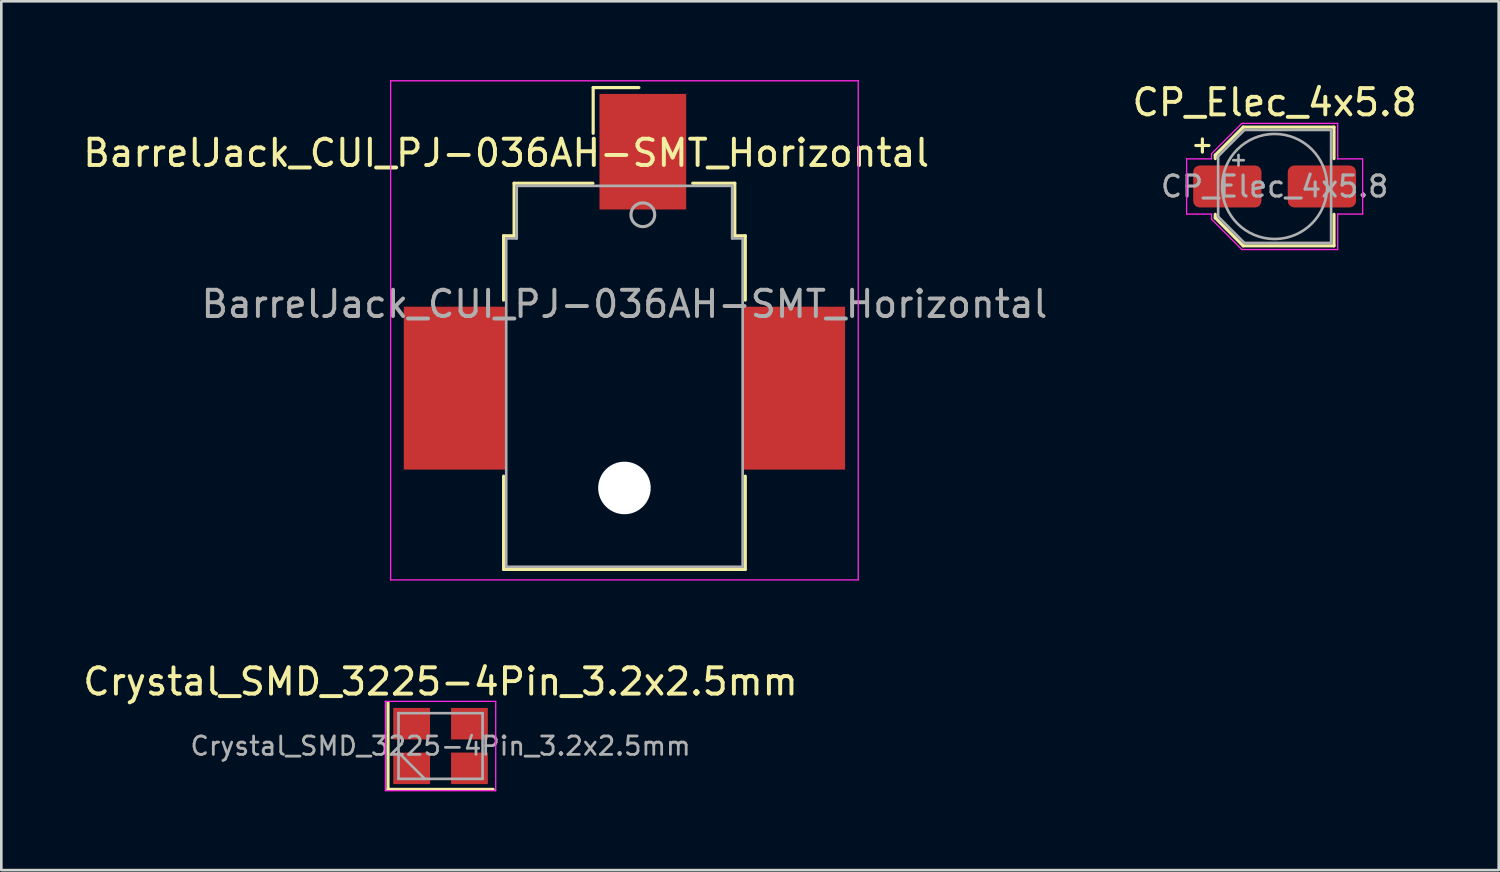
<source format=kicad_pcb>
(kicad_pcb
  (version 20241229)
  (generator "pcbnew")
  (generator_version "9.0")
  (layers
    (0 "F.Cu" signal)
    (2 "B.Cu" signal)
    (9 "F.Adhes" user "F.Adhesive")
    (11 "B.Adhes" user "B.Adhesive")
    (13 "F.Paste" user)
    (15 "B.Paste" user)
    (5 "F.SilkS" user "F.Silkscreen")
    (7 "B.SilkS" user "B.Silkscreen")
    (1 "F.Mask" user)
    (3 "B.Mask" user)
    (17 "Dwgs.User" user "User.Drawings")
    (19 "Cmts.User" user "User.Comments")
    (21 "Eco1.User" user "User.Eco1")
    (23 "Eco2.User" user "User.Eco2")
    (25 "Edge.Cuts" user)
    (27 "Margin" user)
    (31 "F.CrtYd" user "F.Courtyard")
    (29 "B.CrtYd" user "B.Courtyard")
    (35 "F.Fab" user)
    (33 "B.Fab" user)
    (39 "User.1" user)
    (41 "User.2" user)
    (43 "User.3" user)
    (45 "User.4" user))
  (footprint "Crystal_SMD_3225-4Pin_3.2x2.5mm"
    (layer "F.Cu")
    (at 13.72 25.348)
    (property "Reference" "Crystal_SMD_3225-4Pin_3.2x2.5mm" (at 0 -2.45 0) (layer "F.SilkS") (effects (font (size 1 1) (thickness 0.15))))
    (attr smd)
    (fp_line (start -2 -1.65) (end -2 1.65) (stroke (width 0.12) (type solid)) (layer "F.SilkS"))
    (fp_line (start -2 1.65) (end 2 1.65) (stroke (width 0.12) (type solid)) (layer "F.SilkS"))
    (fp_line (start -2.1 -1.7) (end -2.1 1.7) (stroke (width 0.05) (type solid)) (layer "F.CrtYd"))
    (fp_line (start -2.1 1.7) (end 2.1 1.7) (stroke (width 0.05) (type solid)) (layer "F.CrtYd"))
    (fp_line (start 2.1 -1.7) (end -2.1 -1.7) (stroke (width 0.05) (type solid)) (layer "F.CrtYd"))
    (fp_line (start 2.1 1.7) (end 2.1 -1.7) (stroke (width 0.05) (type solid)) (layer "F.CrtYd"))
    (fp_line (start -1.6 -1.25) (end -1.6 1.25) (stroke (width 0.1) (type solid)) (layer "F.Fab"))
    (fp_line (start -1.6 0.25) (end -0.6 1.25) (stroke (width 0.1) (type solid)) (layer "F.Fab"))
    (fp_line (start -1.6 1.25) (end 1.6 1.25) (stroke (width 0.1) (type solid)) (layer "F.Fab"))
    (fp_line (start 1.6 -1.25) (end -1.6 -1.25) (stroke (width 0.1) (type solid)) (layer "F.Fab"))
    (fp_line (start 1.6 1.25) (end 1.6 -1.25) (stroke (width 0.1) (type solid)) (layer "F.Fab"))
    (fp_text user "${REFERENCE}" (at 0 0 0) (layer "F.Fab") (effects (font (size 0.7 0.7) (thickness 0.105))))
    (pad "1" smd rect (at -1.1 0.85) (size 1.4 1.2) (layers "F.Cu" "F.Mask" "F.Paste"))
    (pad "3" smd rect (at 1.1 -0.85) (size 1.4 1.2) (layers "F.Cu" "F.Mask" "F.Paste"))
    (pad "GND" smd rect (at -1.1 -0.85) (size 1.4 1.2) (layers "F.Cu" "F.Mask" "F.Paste"))
    (pad "GND" smd rect (at 1.1 0.85) (size 1.4 1.2) (layers "F.Cu" "F.Mask" "F.Paste")))
  (footprint "BarrelJack_CUI_PJ-036AH-SMT_Horizontal"
    (layer "F.Cu")
    (at 20.72 8.525)
    (property "Reference" "BarrelJack_CUI_PJ-036AH-SMT_Horizontal" (at -4.5 -5.75 180) (layer "F.SilkS") (effects (font (size 1 1) (thickness 0.15))))
    (attr smd)
    (fp_line (start -4.6 -2.6) (end -4.2 -2.6) (stroke (width 0.12) (type solid)) (layer "F.SilkS"))
    (fp_line (start -4.6 -0.15) (end -4.6 -2.6) (stroke (width 0.12) (type solid)) (layer "F.SilkS"))
    (fp_line (start -4.6 10.1) (end -4.6 6.55) (stroke (width 0.12) (type solid)) (layer "F.SilkS"))
    (fp_line (start -4.2 -4.6) (end -1.2 -4.6) (stroke (width 0.12) (type solid)) (layer "F.SilkS"))
    (fp_line (start -4.2 -2.6) (end -4.2 -4.6) (stroke (width 0.12) (type solid)) (layer "F.SilkS"))
    (fp_line (start -1.19 -8.24) (end 0.55 -8.24) (stroke (width 0.12) (type solid)) (layer "F.SilkS"))
    (fp_line (start -1.19 -6.5) (end -1.19 -8.24) (stroke (width 0.12) (type solid)) (layer "F.SilkS"))
    (fp_line (start 2.6 -4.6) (end 4.2 -4.6) (stroke (width 0.12) (type solid)) (layer "F.SilkS"))
    (fp_line (start 4.2 -4.6) (end 4.2 -2.6) (stroke (width 0.12) (type solid)) (layer "F.SilkS"))
    (fp_line (start 4.2 -2.6) (end 4.6 -2.6) (stroke (width 0.12) (type solid)) (layer "F.SilkS"))
    (fp_line (start 4.6 -2.6) (end 4.6 -0.15) (stroke (width 0.12) (type solid)) (layer "F.SilkS"))
    (fp_line (start 4.6 6.55) (end 4.6 10.1) (stroke (width 0.12) (type solid)) (layer "F.SilkS"))
    (fp_line (start 4.6 10.1) (end -4.6 10.1) (stroke (width 0.12) (type solid)) (layer "F.SilkS"))
    (fp_line (start -8.9 -8.5) (end -8.9 10.5) (stroke (width 0.05) (type solid)) (layer "F.CrtYd"))
    (fp_line (start -8.9 10.5) (end 8.9 10.5) (stroke (width 0.05) (type solid)) (layer "F.CrtYd"))
    (fp_line (start 8.9 -8.5) (end -8.9 -8.5) (stroke (width 0.05) (type solid)) (layer "F.CrtYd"))
    (fp_line (start 8.9 10.5) (end 8.9 -8.5) (stroke (width 0.05) (type solid)) (layer "F.CrtYd"))
    (fp_line (start -4.5 -2.5) (end -4.5 10) (stroke (width 0.1) (type solid)) (layer "F.Fab"))
    (fp_line (start -4.5 10) (end 4.5 10) (stroke (width 0.1) (type solid)) (layer "F.Fab"))
    (fp_line (start -4.1 -4.5) (end -4.1 -2.5) (stroke (width 0.1) (type solid)) (layer "F.Fab"))
    (fp_line (start -4.1 -2.5) (end -4.5 -2.5) (stroke (width 0.1) (type solid)) (layer "F.Fab"))
    (fp_line (start 4.1 -4.5) (end -4.1 -4.5) (stroke (width 0.1) (type solid)) (layer "F.Fab"))
    (fp_line (start 4.1 -2.5) (end 4.1 -4.5) (stroke (width 0.1) (type solid)) (layer "F.Fab"))
    (fp_line (start 4.5 -2.5) (end 4.1 -2.5) (stroke (width 0.1) (type solid)) (layer "F.Fab"))
    (fp_line (start 4.5 10) (end 4.5 -2.5) (stroke (width 0.1) (type solid)) (layer "F.Fab"))
    (fp_circle (center 0.7 -3.4) (end 0.75 -2.95) (stroke (width 0.12) (type solid)) (fill no) (layer "F.Fab"))
    (fp_text user "${REFERENCE}" (at 0 0 180) (layer "F.Fab") (effects (font (size 1 1) (thickness 0.15))))
    (pad "" np_thru_hole circle (at 0 7) (size 2 2) (drill 2) (layers "*.Cu" "*.Mask"))
    (pad "1" smd rect (at 0.7 -5.8) (size 3.3 4.4) (layers "F.Cu" "F.Mask" "F.Paste"))
    (pad "2" smd rect (at -6.45 3.2) (size 3.9 6.2) (layers "F.Cu" "F.Mask" "F.Paste"))
    (pad "3" smd rect (at 6.45 3.2) (size 3.9 6.2) (layers "F.Cu" "F.Mask" "F.Paste")))
  (footprint "CP_Elec_4x5.8"
    (layer "F.Cu")
    (at 45.47 4.048)
    (property "Reference" "CP_Elec_4x5.8" (at 0 -3.2 180) (layer "F.SilkS") (effects (font (size 1 1) (thickness 0.15))))
    (attr smd)
    (fp_line (start -3 -1.56) (end -2.5 -1.56) (stroke (width 0.12) (type solid)) (layer "F.SilkS"))
    (fp_line (start -2.75 -1.81) (end -2.75 -1.31) (stroke (width 0.12) (type solid)) (layer "F.SilkS"))
    (fp_line (start -2.26 -1.196) (end -2.26 -1.06) (stroke (width 0.12) (type solid)) (layer "F.SilkS"))
    (fp_line (start -2.26 -1.196) (end -1.196 -2.26) (stroke (width 0.12) (type solid)) (layer "F.SilkS"))
    (fp_line (start -2.26 1.196) (end -2.26 1.06) (stroke (width 0.12) (type solid)) (layer "F.SilkS"))
    (fp_line (start -2.26 1.196) (end -1.196 2.26) (stroke (width 0.12) (type solid)) (layer "F.SilkS"))
    (fp_line (start -1.196 -2.26) (end 2.26 -2.26) (stroke (width 0.12) (type solid)) (layer "F.SilkS"))
    (fp_line (start -1.196 2.26) (end 2.26 2.26) (stroke (width 0.12) (type solid)) (layer "F.SilkS"))
    (fp_line (start 2.26 -2.26) (end 2.26 -1.06) (stroke (width 0.12) (type solid)) (layer "F.SilkS"))
    (fp_line (start 2.26 2.26) (end 2.26 1.06) (stroke (width 0.12) (type solid)) (layer "F.SilkS"))
    (fp_line (start -3.35 -1.05) (end -3.35 1.05) (stroke (width 0.05) (type solid)) (layer "F.CrtYd"))
    (fp_line (start -3.35 1.05) (end -2.4 1.05) (stroke (width 0.05) (type solid)) (layer "F.CrtYd"))
    (fp_line (start -2.4 -1.25) (end -2.4 -1.05) (stroke (width 0.05) (type solid)) (layer "F.CrtYd"))
    (fp_line (start -2.4 -1.25) (end -1.25 -2.4) (stroke (width 0.05) (type solid)) (layer "F.CrtYd"))
    (fp_line (start -2.4 -1.05) (end -3.35 -1.05) (stroke (width 0.05) (type solid)) (layer "F.CrtYd"))
    (fp_line (start -2.4 1.05) (end -2.4 1.25) (stroke (width 0.05) (type solid)) (layer "F.CrtYd"))
    (fp_line (start -2.4 1.25) (end -1.25 2.4) (stroke (width 0.05) (type solid)) (layer "F.CrtYd"))
    (fp_line (start -1.25 -2.4) (end 2.4 -2.4) (stroke (width 0.05) (type solid)) (layer "F.CrtYd"))
    (fp_line (start -1.25 2.4) (end 2.4 2.4) (stroke (width 0.05) (type solid)) (layer "F.CrtYd"))
    (fp_line (start 2.4 -2.4) (end 2.4 -1.05) (stroke (width 0.05) (type solid)) (layer "F.CrtYd"))
    (fp_line (start 2.4 -1.05) (end 3.35 -1.05) (stroke (width 0.05) (type solid)) (layer "F.CrtYd"))
    (fp_line (start 2.4 1.05) (end 2.4 2.4) (stroke (width 0.05) (type solid)) (layer "F.CrtYd"))
    (fp_line (start 3.35 -1.05) (end 3.35 1.05) (stroke (width 0.05) (type solid)) (layer "F.CrtYd"))
    (fp_line (start 3.35 1.05) (end 2.4 1.05) (stroke (width 0.05) (type solid)) (layer "F.CrtYd"))
    (fp_line (start -2.15 -1.15) (end -2.15 1.15) (stroke (width 0.1) (type solid)) (layer "F.Fab"))
    (fp_line (start -2.15 -1.15) (end -1.15 -2.15) (stroke (width 0.1) (type solid)) (layer "F.Fab"))
    (fp_line (start -2.15 1.15) (end -1.15 2.15) (stroke (width 0.1) (type solid)) (layer "F.Fab"))
    (fp_line (start -1.575 -1) (end -1.175 -1) (stroke (width 0.1) (type solid)) (layer "F.Fab"))
    (fp_line (start -1.375 -1.2) (end -1.375 -0.8) (stroke (width 0.1) (type solid)) (layer "F.Fab"))
    (fp_line (start -1.15 -2.15) (end 2.15 -2.15) (stroke (width 0.1) (type solid)) (layer "F.Fab"))
    (fp_line (start -1.15 2.15) (end 2.15 2.15) (stroke (width 0.1) (type solid)) (layer "F.Fab"))
    (fp_line (start 2.15 -2.15) (end 2.15 2.15) (stroke (width 0.1) (type solid)) (layer "F.Fab"))
    (fp_circle (center 0 0) (end 2 0) (stroke (width 0.1) (type solid)) (fill no) (layer "F.Fab"))
    (fp_text user "${REFERENCE}" (at 0 0 180) (layer "F.Fab") (effects (font (size 0.8 0.8) (thickness 0.12))))
    (pad "1" smd roundrect (at -1.8 0) (size 2.6 1.6) (layers "F.Cu" "F.Mask" "F.Paste") (roundrect_rratio 0.156))
    (pad "2" smd roundrect (at 1.8 0) (size 2.6 1.6) (layers "F.Cu" "F.Mask" "F.Paste") (roundrect_rratio 0.156)))
  (gr_rect
    (start -3 -3)
    (end 54 30.073)
    (stroke (width 0.1) (type default))
    (fill no)
    (layer "Edge.Cuts")))
</source>
